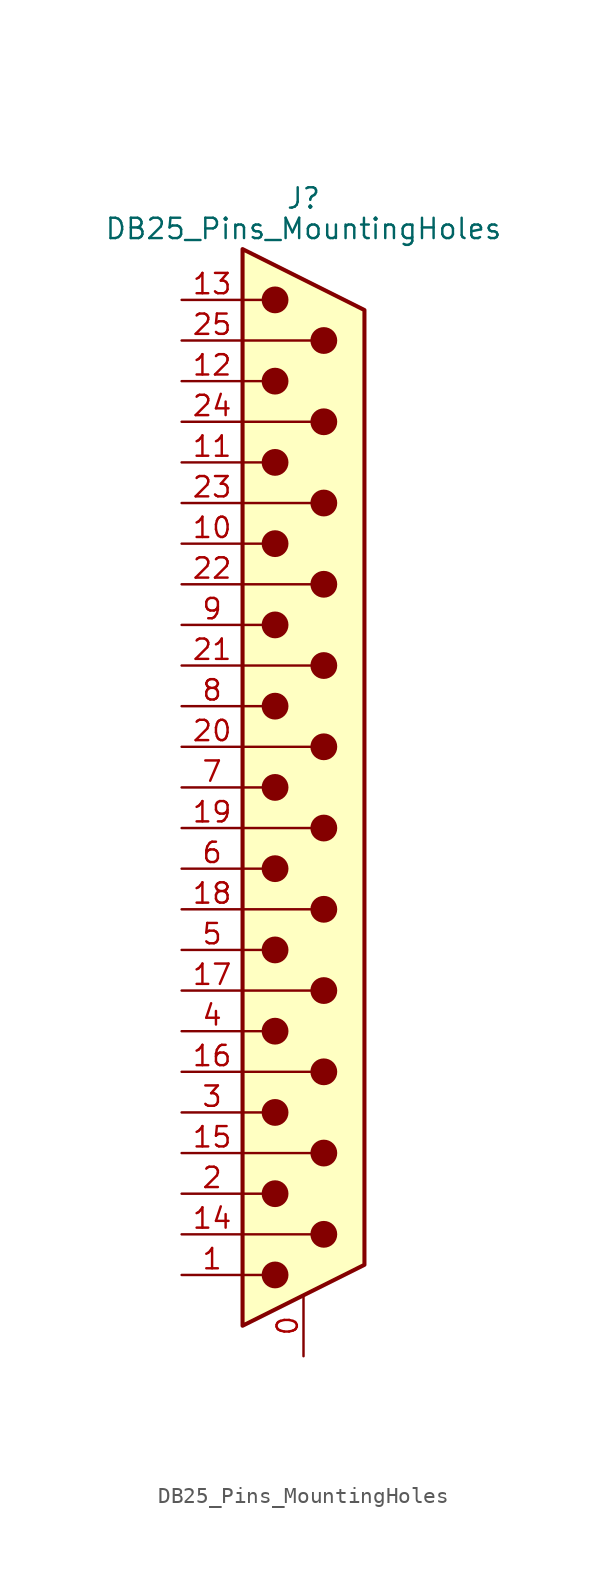
<source format=kicad_sym>
(kicad_symbol_lib
  (version 20241209)
  (generator "kicad_symbol_editor")
  (generator_version "9.0")
  (symbol "DB25_Pins_MountingHoles"
    (pin_names
      (offset 1.016)
      (hide yes))
    (property "Reference" "J"
      (at 0 36.83 0)
      (effects (font (size 1.27 1.27))))
    (property "Value" "DB25_Pins_MountingHoles"
      (at 0 34.925 0)
      (effects (font (size 1.27 1.27))))
    (symbol "DB25_Pins_MountingHoles_0_1"
      (polyline (pts (xy -3.81 30.48) (xy -2.54 30.48)) (stroke (width 0) (type default)) (fill (type none)))
      (polyline (pts (xy -3.81 27.94) (xy 0.508 27.94)) (stroke (width 0) (type default)) (fill (type none)))
      (polyline (pts (xy -3.81 25.4) (xy -2.54 25.4)) (stroke (width 0) (type default)) (fill (type none)))
      (polyline (pts (xy -3.81 22.86) (xy 0.508 22.86)) (stroke (width 0) (type default)) (fill (type none)))
      (polyline (pts (xy -3.81 20.32) (xy -2.54 20.32)) (stroke (width 0) (type default)) (fill (type none)))
      (polyline (pts (xy -3.81 17.78) (xy 0.508 17.78)) (stroke (width 0) (type default)) (fill (type none)))
      (polyline (pts (xy -3.81 15.24) (xy -2.54 15.24)) (stroke (width 0) (type default)) (fill (type none)))
      (polyline (pts (xy -3.81 12.7) (xy 0.508 12.7)) (stroke (width 0) (type default)) (fill (type none)))
      (polyline (pts (xy -3.81 10.16) (xy -2.54 10.16)) (stroke (width 0) (type default)) (fill (type none)))
      (polyline (pts (xy -3.81 7.62) (xy 0.508 7.62)) (stroke (width 0) (type default)) (fill (type none)))
      (polyline (pts (xy -3.81 5.08) (xy -2.54 5.08)) (stroke (width 0) (type default)) (fill (type none)))
      (polyline (pts (xy -3.81 2.54) (xy 0.508 2.54)) (stroke (width 0) (type default)) (fill (type none)))
      (polyline (pts (xy -3.81 0) (xy -2.54 0)) (stroke (width 0) (type default)) (fill (type none)))
      (polyline (pts (xy -3.81 -2.54) (xy 0.508 -2.54)) (stroke (width 0) (type default)) (fill (type none)))
      (polyline (pts (xy -3.81 -5.08) (xy -2.54 -5.08)) (stroke (width 0) (type default)) (fill (type none)))
      (polyline (pts (xy -3.81 -7.62) (xy 0.508 -7.62)) (stroke (width 0) (type default)) (fill (type none)))
      (polyline (pts (xy -3.81 -10.16) (xy -2.54 -10.16)) (stroke (width 0) (type default)) (fill (type none)))
      (polyline (pts (xy -3.81 -12.7) (xy 0.508 -12.7)) (stroke (width 0) (type default)) (fill (type none)))
      (polyline (pts (xy -3.81 -15.24) (xy -2.54 -15.24)) (stroke (width 0) (type default)) (fill (type none)))
      (polyline (pts (xy -3.81 -17.78) (xy 0.508 -17.78)) (stroke (width 0) (type default)) (fill (type none)))
      (polyline (pts (xy -3.81 -20.32) (xy -2.54 -20.32)) (stroke (width 0) (type default)) (fill (type none)))
      (polyline (pts (xy -3.81 -22.86) (xy 0.508 -22.86)) (stroke (width 0) (type default)) (fill (type none)))
      (polyline (pts (xy -3.81 -25.4) (xy -2.54 -25.4)) (stroke (width 0) (type default)) (fill (type none)))
      (polyline (pts (xy -3.81 -27.94) (xy 0.508 -27.94)) (stroke (width 0) (type default)) (fill (type none)))
      (polyline (pts (xy -3.81 -30.48) (xy -2.54 -30.48)) (stroke (width 0) (type default)) (fill (type none)))
      (polyline (pts (xy -3.81 -33.655) (xy 3.81 -29.845) (xy 3.81 29.845) (xy -3.81 33.655) (xy -3.81 -33.655)) (stroke (width 0.254) (type default)) (fill (type background)))
      (circle (center -1.778 30.48) (radius 0.762) (stroke (width 0) (type default)) (fill (type outline)))
      (circle (center -1.778 25.4) (radius 0.762) (stroke (width 0) (type default)) (fill (type outline)))
      (circle (center -1.778 20.32) (radius 0.762) (stroke (width 0) (type default)) (fill (type outline)))
      (circle (center -1.778 15.24) (radius 0.762) (stroke (width 0) (type default)) (fill (type outline)))
      (circle (center -1.778 10.16) (radius 0.762) (stroke (width 0) (type default)) (fill (type outline)))
      (circle (center -1.778 5.08) (radius 0.762) (stroke (width 0) (type default)) (fill (type outline)))
      (circle (center -1.778 0) (radius 0.762) (stroke (width 0) (type default)) (fill (type outline)))
      (circle (center -1.778 -5.08) (radius 0.762) (stroke (width 0) (type default)) (fill (type outline)))
      (circle (center -1.778 -10.16) (radius 0.762) (stroke (width 0) (type default)) (fill (type outline)))
      (circle (center -1.778 -15.24) (radius 0.762) (stroke (width 0) (type default)) (fill (type outline)))
      (circle (center -1.778 -20.32) (radius 0.762) (stroke (width 0) (type default)) (fill (type outline)))
      (circle (center -1.778 -25.4) (radius 0.762) (stroke (width 0) (type default)) (fill (type outline)))
      (circle (center -1.778 -30.48) (radius 0.762) (stroke (width 0) (type default)) (fill (type outline)))
      (circle (center 1.27 27.94) (radius 0.762) (stroke (width 0) (type default)) (fill (type outline)))
      (circle (center 1.27 22.86) (radius 0.762) (stroke (width 0) (type default)) (fill (type outline)))
      (circle (center 1.27 17.78) (radius 0.762) (stroke (width 0) (type default)) (fill (type outline)))
      (circle (center 1.27 12.7) (radius 0.762) (stroke (width 0) (type default)) (fill (type outline)))
      (circle (center 1.27 7.62) (radius 0.762) (stroke (width 0) (type default)) (fill (type outline)))
      (circle (center 1.27 2.54) (radius 0.762) (stroke (width 0) (type default)) (fill (type outline)))
      (circle (center 1.27 -2.54) (radius 0.762) (stroke (width 0) (type default)) (fill (type outline)))
      (circle (center 1.27 -7.62) (radius 0.762) (stroke (width 0) (type default)) (fill (type outline)))
      (circle (center 1.27 -12.7) (radius 0.762) (stroke (width 0) (type default)) (fill (type outline)))
      (circle (center 1.27 -17.78) (radius 0.762) (stroke (width 0) (type default)) (fill (type outline)))
      (circle (center 1.27 -22.86) (radius 0.762) (stroke (width 0) (type default)) (fill (type outline)))
      (circle (center 1.27 -27.94) (radius 0.762) (stroke (width 0) (type default)) (fill (type outline))))
    (symbol "DB25_Pins_MountingHoles_1_1"
      (pin passive line (at -7.62 30.48 0) (length 3.81) (name "13" (effects (font (size 1.27 1.27)))) (number "13" (effects (font (size 1.27 1.27)))))
      (pin passive line (at -7.62 27.94 0) (length 3.81) (name "P25" (effects (font (size 1.27 1.27)))) (number "25" (effects (font (size 1.27 1.27)))))
      (pin passive line (at -7.62 25.4 0) (length 3.81) (name "12" (effects (font (size 1.27 1.27)))) (number "12" (effects (font (size 1.27 1.27)))))
      (pin passive line (at -7.62 22.86 0) (length 3.81) (name "P24" (effects (font (size 1.27 1.27)))) (number "24" (effects (font (size 1.27 1.27)))))
      (pin passive line (at -7.62 20.32 0) (length 3.81) (name "11" (effects (font (size 1.27 1.27)))) (number "11" (effects (font (size 1.27 1.27)))))
      (pin passive line (at -7.62 17.78 0) (length 3.81) (name "P23" (effects (font (size 1.27 1.27)))) (number "23" (effects (font (size 1.27 1.27)))))
      (pin passive line (at -7.62 15.24 0) (length 3.81) (name "10" (effects (font (size 1.27 1.27)))) (number "10" (effects (font (size 1.27 1.27)))))
      (pin passive line (at -7.62 12.7 0) (length 3.81) (name "P22" (effects (font (size 1.27 1.27)))) (number "22" (effects (font (size 1.27 1.27)))))
      (pin passive line (at -7.62 10.16 0) (length 3.81) (name "9" (effects (font (size 1.27 1.27)))) (number "9" (effects (font (size 1.27 1.27)))))
      (pin passive line (at -7.62 7.62 0) (length 3.81) (name "P21" (effects (font (size 1.27 1.27)))) (number "21" (effects (font (size 1.27 1.27)))))
      (pin passive line (at -7.62 5.08 0) (length 3.81) (name "8" (effects (font (size 1.27 1.27)))) (number "8" (effects (font (size 1.27 1.27)))))
      (pin passive line (at -7.62 2.54 0) (length 3.81) (name "P20" (effects (font (size 1.27 1.27)))) (number "20" (effects (font (size 1.27 1.27)))))
      (pin passive line (at -7.62 0 0) (length 3.81) (name "7" (effects (font (size 1.27 1.27)))) (number "7" (effects (font (size 1.27 1.27)))))
      (pin passive line (at -7.62 -2.54 0) (length 3.81) (name "P19" (effects (font (size 1.27 1.27)))) (number "19" (effects (font (size 1.27 1.27)))))
      (pin passive line (at -7.62 -5.08 0) (length 3.81) (name "6" (effects (font (size 1.27 1.27)))) (number "6" (effects (font (size 1.27 1.27)))))
      (pin passive line (at -7.62 -7.62 0) (length 3.81) (name "P18" (effects (font (size 1.27 1.27)))) (number "18" (effects (font (size 1.27 1.27)))))
      (pin passive line (at -7.62 -10.16 0) (length 3.81) (name "5" (effects (font (size 1.27 1.27)))) (number "5" (effects (font (size 1.27 1.27)))))
      (pin passive line (at -7.62 -12.7 0) (length 3.81) (name "P17" (effects (font (size 1.27 1.27)))) (number "17" (effects (font (size 1.27 1.27)))))
      (pin passive line (at -7.62 -15.24 0) (length 3.81) (name "4" (effects (font (size 1.27 1.27)))) (number "4" (effects (font (size 1.27 1.27)))))
      (pin passive line (at -7.62 -17.78 0) (length 3.81) (name "P16" (effects (font (size 1.27 1.27)))) (number "16" (effects (font (size 1.27 1.27)))))
      (pin passive line (at -7.62 -20.32 0) (length 3.81) (name "3" (effects (font (size 1.27 1.27)))) (number "3" (effects (font (size 1.27 1.27)))))
      (pin passive line (at -7.62 -22.86 0) (length 3.81) (name "P15" (effects (font (size 1.27 1.27)))) (number "15" (effects (font (size 1.27 1.27)))))
      (pin passive line (at -7.62 -25.4 0) (length 3.81) (name "2" (effects (font (size 1.27 1.27)))) (number "2" (effects (font (size 1.27 1.27)))))
      (pin passive line (at -7.62 -27.94 0) (length 3.81) (name "P14" (effects (font (size 1.27 1.27)))) (number "14" (effects (font (size 1.27 1.27)))))
      (pin passive line (at -7.62 -30.48 0) (length 3.81) (name "1" (effects (font (size 1.27 1.27)))) (number "1" (effects (font (size 1.27 1.27)))))
      (pin passive line (at 0 -35.56 90) (length 3.81) (name "PAD" (effects (font (size 1.27 1.27)))) (number "0" (effects (font (size 1.27 1.27))))))))
</source>
